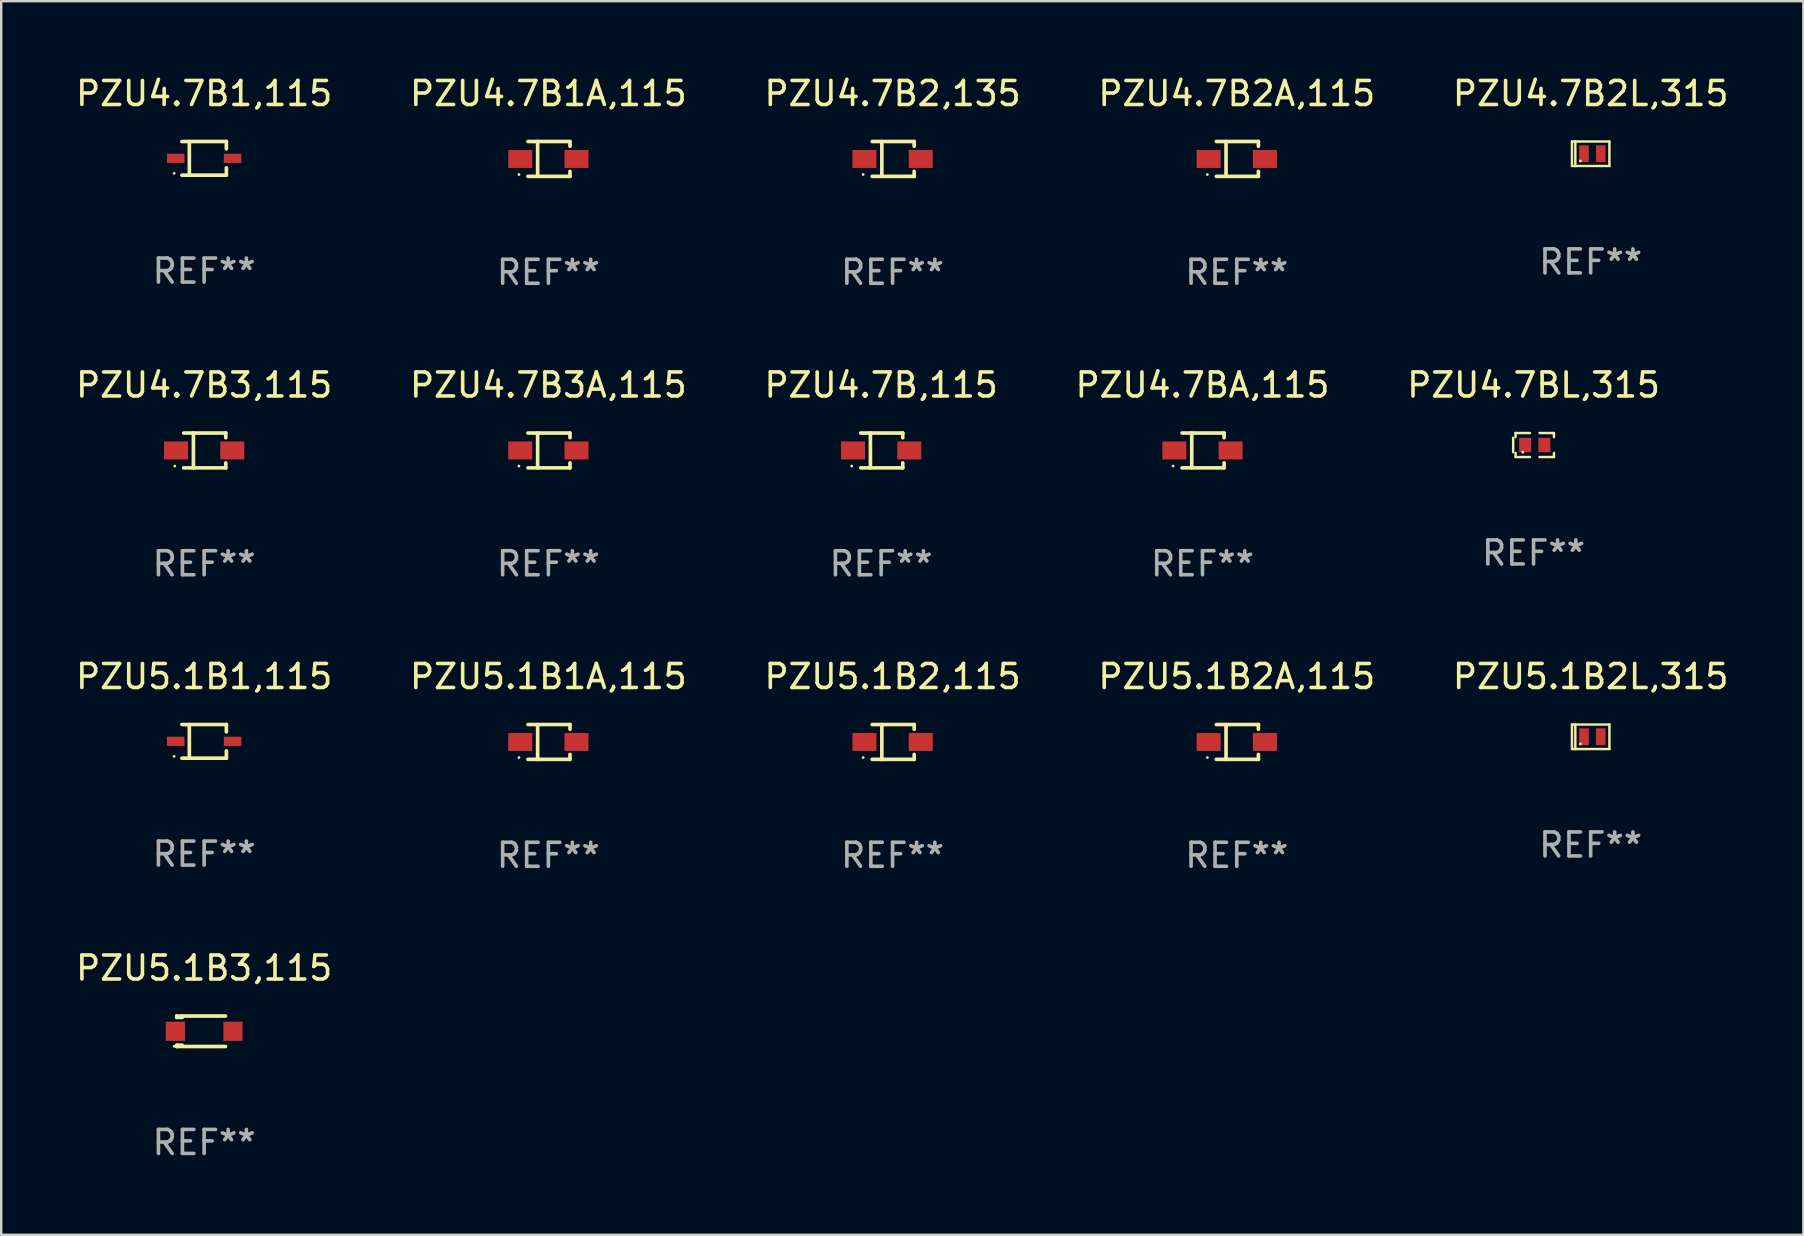
<source format=kicad_pcb>
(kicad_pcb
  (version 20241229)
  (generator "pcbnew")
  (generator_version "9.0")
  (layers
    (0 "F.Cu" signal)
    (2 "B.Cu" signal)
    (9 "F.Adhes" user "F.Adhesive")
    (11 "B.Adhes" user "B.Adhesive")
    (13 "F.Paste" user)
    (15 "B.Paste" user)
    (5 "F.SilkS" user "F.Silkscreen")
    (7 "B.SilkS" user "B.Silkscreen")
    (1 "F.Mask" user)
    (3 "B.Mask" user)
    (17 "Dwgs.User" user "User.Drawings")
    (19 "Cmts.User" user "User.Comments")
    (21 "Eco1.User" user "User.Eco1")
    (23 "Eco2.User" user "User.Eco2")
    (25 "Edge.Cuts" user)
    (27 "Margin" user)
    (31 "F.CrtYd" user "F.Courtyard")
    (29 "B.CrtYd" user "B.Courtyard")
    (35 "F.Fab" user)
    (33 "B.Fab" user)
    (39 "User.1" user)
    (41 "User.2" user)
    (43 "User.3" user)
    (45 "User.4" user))
  (footprint "PZU5.1B1,115"
    (layer "F.Cu")
    (at 5.458 27.847)
    (property "Reference" "PZU5.1B1,115" (at 0 -2.701 0) (layer "F.SilkS") (effects (font (size 1 1) (thickness 0.15))))
    (attr through_hole)
    (fp_line (start -0.926 -0.701) (end 0.926 -0.701) (stroke (width 0.152) (type solid)) (layer "F.SilkS"))
    (fp_line (start -0.926 0.701) (end 0.926 0.701) (stroke (width 0.152) (type solid)) (layer "F.SilkS"))
    (fp_line (start -0.617 -0.701) (end -0.617 0.701) (stroke (width 0.152) (type solid)) (layer "F.SilkS"))
    (fp_line (start 0.926 -0.701) (end 0.926 -0.396) (stroke (width 0.152) (type solid)) (layer "F.SilkS"))
    (fp_line (start 0.926 0.701) (end 0.926 0.396) (stroke (width 0.152) (type solid)) (layer "F.SilkS"))
    (fp_circle (center -1.25 0.625) (end -1.22 0.625) (stroke (width 0.06) (type solid)) (fill no) (layer "F.SilkS"))
    (fp_text user "REF**" (at 0 4.701 0) (layer "F.Fab") (effects (font (size 1 1) (thickness 0.15))))
    (pad "1" smd rect (at -1.185 0 180) (size 0.73 0.385) (layers "F.Cu" "F.Mask" "F.Paste"))
    (pad "2" smd rect (at 1.185 0 180) (size 0.73 0.385) (layers "F.Cu" "F.Mask" "F.Paste")))
  (footprint "PZU5.1B2L,315"
    (layer "F.Cu")
    (at 63.244 27.656)
    (property "Reference" "PZU5.1B2L,315" (at 0 -2.51 0) (layer "F.SilkS") (effects (font (size 1 1) (thickness 0.15))))
    (attr through_hole)
    (fp_line (start -0.78 -0.51) (end -0.78 0.51) (stroke (width 0.102) (type solid)) (layer "F.SilkS"))
    (fp_line (start -0.78 -0.51) (end 0.78 -0.51) (stroke (width 0.102) (type solid)) (layer "F.SilkS"))
    (fp_line (start -0.78 0.51) (end 0.78 0.51) (stroke (width 0.102) (type solid)) (layer "F.SilkS"))
    (fp_line (start -0.64 -0.51) (end -0.64 0.51) (stroke (width 0.102) (type solid)) (layer "F.SilkS"))
    (fp_line (start 0.78 -0.51) (end 0.78 0.51) (stroke (width 0.102) (type solid)) (layer "F.SilkS"))
    (fp_circle (center -0.43 0.3) (end -0.4 0.3) (stroke (width 0.06) (type solid)) (fill no) (layer "F.SilkS"))
    (fp_text user "REF**" (at 0 4.51 0) (layer "F.Fab") (effects (font (size 1 1) (thickness 0.15))))
    (pad "1" smd rect (at -0.28 0) (size 0.4 0.7) (layers "F.Cu" "F.Mask" "F.Paste"))
    (pad "2" smd rect (at 0.42 0) (size 0.4 0.7) (layers "F.Cu" "F.Mask" "F.Paste")))
  (footprint "PZU4.7B3A,115"
    (layer "F.Cu")
    (at 19.804 15.723)
    (property "Reference" "PZU4.7B3A,115" (at 0 -2.726 0) (layer "F.SilkS") (effects (font (size 1 1) (thickness 0.15))))
    (attr through_hole)
    (fp_line (start -0.851 -0.726) (end 0.901 -0.726) (stroke (width 0.152) (type solid)) (layer "F.SilkS"))
    (fp_line (start -0.851 0.726) (end 0.901 0.726) (stroke (width 0.152) (type solid)) (layer "F.SilkS"))
    (fp_line (start -0.447 -0.726) (end -0.447 0.726) (stroke (width 0.152) (type solid)) (layer "F.SilkS"))
    (fp_line (start 0.901 -0.726) (end 0.901 -0.53) (stroke (width 0.152) (type solid)) (layer "F.SilkS"))
    (fp_line (start 0.901 0.726) (end 0.901 0.52) (stroke (width 0.152) (type solid)) (layer "F.SilkS"))
    (fp_circle (center -1.225 0.65) (end -1.195 0.65) (stroke (width 0.06) (type solid)) (fill no) (layer "F.SilkS"))
    (fp_text user "REF**" (at 0 4.726 0) (layer "F.Fab") (effects (font (size 1 1) (thickness 0.15))))
    (pad "1" smd rect (at -1.173 0) (size 1 0.75) (layers "F.Cu" "F.Mask" "F.Paste"))
    (pad "2" smd rect (at 1.173 0) (size 1 0.75) (layers "F.Cu" "F.Mask" "F.Paste")))
  (footprint "PZU5.1B2,115"
    (layer "F.Cu")
    (at 34.149 27.872)
    (property "Reference" "PZU5.1B2,115" (at 0 -2.726 0) (layer "F.SilkS") (effects (font (size 1 1) (thickness 0.15))))
    (attr through_hole)
    (fp_line (start -0.851 -0.726) (end 0.901 -0.726) (stroke (width 0.152) (type solid)) (layer "F.SilkS"))
    (fp_line (start -0.851 0.726) (end 0.901 0.726) (stroke (width 0.152) (type solid)) (layer "F.SilkS"))
    (fp_line (start -0.447 -0.726) (end -0.447 0.726) (stroke (width 0.152) (type solid)) (layer "F.SilkS"))
    (fp_line (start 0.901 -0.726) (end 0.901 -0.53) (stroke (width 0.152) (type solid)) (layer "F.SilkS"))
    (fp_line (start 0.901 0.726) (end 0.901 0.52) (stroke (width 0.152) (type solid)) (layer "F.SilkS"))
    (fp_circle (center -1.225 0.65) (end -1.195 0.65) (stroke (width 0.06) (type solid)) (fill no) (layer "F.SilkS"))
    (fp_text user "REF**" (at 0 4.726 0) (layer "F.Fab") (effects (font (size 1 1) (thickness 0.15))))
    (pad "1" smd rect (at -1.173 0) (size 1 0.75) (layers "F.Cu" "F.Mask" "F.Paste"))
    (pad "2" smd rect (at 1.173 0) (size 1 0.75) (layers "F.Cu" "F.Mask" "F.Paste")))
  (footprint "PZU4.7B2,135"
    (layer "F.Cu")
    (at 34.149 3.574)
    (property "Reference" "PZU4.7B2,135" (at 0 -2.726 0) (layer "F.SilkS") (effects (font (size 1 1) (thickness 0.15))))
    (attr through_hole)
    (fp_line (start -0.851 -0.726) (end 0.901 -0.726) (stroke (width 0.152) (type solid)) (layer "F.SilkS"))
    (fp_line (start -0.851 0.726) (end 0.901 0.726) (stroke (width 0.152) (type solid)) (layer "F.SilkS"))
    (fp_line (start -0.447 -0.726) (end -0.447 0.726) (stroke (width 0.152) (type solid)) (layer "F.SilkS"))
    (fp_line (start 0.901 -0.726) (end 0.901 -0.53) (stroke (width 0.152) (type solid)) (layer "F.SilkS"))
    (fp_line (start 0.901 0.726) (end 0.901 0.52) (stroke (width 0.152) (type solid)) (layer "F.SilkS"))
    (fp_circle (center -1.225 0.65) (end -1.195 0.65) (stroke (width 0.06) (type solid)) (fill no) (layer "F.SilkS"))
    (fp_text user "REF**" (at 0 4.726 0) (layer "F.Fab") (effects (font (size 1 1) (thickness 0.15))))
    (pad "1" smd rect (at -1.173 0) (size 1 0.75) (layers "F.Cu" "F.Mask" "F.Paste"))
    (pad "2" smd rect (at 1.173 0) (size 1 0.75) (layers "F.Cu" "F.Mask" "F.Paste")))
  (footprint "PZU4.7B2A,115"
    (layer "F.Cu")
    (at 48.494 3.574)
    (property "Reference" "PZU4.7B2A,115" (at 0 -2.726 0) (layer "F.SilkS") (effects (font (size 1 1) (thickness 0.15))))
    (attr through_hole)
    (fp_line (start -0.851 -0.726) (end 0.901 -0.726) (stroke (width 0.152) (type solid)) (layer "F.SilkS"))
    (fp_line (start -0.851 0.726) (end 0.901 0.726) (stroke (width 0.152) (type solid)) (layer "F.SilkS"))
    (fp_line (start -0.447 -0.726) (end -0.447 0.726) (stroke (width 0.152) (type solid)) (layer "F.SilkS"))
    (fp_line (start 0.901 -0.726) (end 0.901 -0.53) (stroke (width 0.152) (type solid)) (layer "F.SilkS"))
    (fp_line (start 0.901 0.726) (end 0.901 0.52) (stroke (width 0.152) (type solid)) (layer "F.SilkS"))
    (fp_circle (center -1.225 0.65) (end -1.195 0.65) (stroke (width 0.06) (type solid)) (fill no) (layer "F.SilkS"))
    (fp_text user "REF**" (at 0 4.726 0) (layer "F.Fab") (effects (font (size 1 1) (thickness 0.15))))
    (pad "1" smd rect (at -1.173 0) (size 1 0.75) (layers "F.Cu" "F.Mask" "F.Paste"))
    (pad "2" smd rect (at 1.173 0) (size 1 0.75) (layers "F.Cu" "F.Mask" "F.Paste")))
  (footprint "PZU4.7BL,315"
    (layer "F.Cu")
    (at 60.863 15.497)
    (property "Reference" "PZU4.7BL,315" (at 0 -2.5 0) (layer "F.SilkS") (effects (font (size 1 1) (thickness 0.15))))
    (attr through_hole)
    (fp_line (start -0.85 -0.3) (end -0.85 0.3) (stroke (width 0.102) (type solid)) (layer "F.SilkS"))
    (fp_line (start -0.75 -0.5) (end -0.75 -0.329) (stroke (width 0.102) (type solid)) (layer "F.SilkS"))
    (fp_line (start -0.75 0.329) (end -0.75 0.5) (stroke (width 0.102) (type solid)) (layer "F.SilkS"))
    (fp_line (start -0.75 0.5) (end -0.15 0.5) (stroke (width 0.102) (type solid)) (layer "F.SilkS"))
    (fp_line (start -0.15 -0.5) (end -0.75 -0.5) (stroke (width 0.102) (type solid)) (layer "F.SilkS"))
    (fp_line (start 0.25 -0.5) (end 0.85 -0.5) (stroke (width 0.102) (type solid)) (layer "F.SilkS"))
    (fp_line (start 0.85 -0.5) (end 0.85 -0.33) (stroke (width 0.102) (type solid)) (layer "F.SilkS"))
    (fp_line (start 0.85 0.33) (end 0.85 0.5) (stroke (width 0.102) (type solid)) (layer "F.SilkS"))
    (fp_line (start 0.85 0.5) (end 0.25 0.5) (stroke (width 0.102) (type solid)) (layer "F.SilkS"))
    (fp_circle (center -0.45 0.3) (end -0.42 0.3) (stroke (width 0.06) (type solid)) (fill no) (layer "F.SilkS"))
    (fp_text user "REF**" (at 0 4.5 0) (layer "F.Fab") (effects (font (size 1 1) (thickness 0.15))))
    (pad "1" smd rect (at -0.35 0) (size 0.5 0.6) (layers "F.Cu" "F.Mask" "F.Paste"))
    (pad "2" smd rect (at 0.45 0) (size 0.5 0.6) (layers "F.Cu" "F.Mask" "F.Paste")))
  (footprint "PZU4.7B2L,315"
    (layer "F.Cu")
    (at 63.244 3.358)
    (property "Reference" "PZU4.7B2L,315" (at 0 -2.51 0) (layer "F.SilkS") (effects (font (size 1 1) (thickness 0.15))))
    (attr through_hole)
    (fp_line (start -0.78 -0.51) (end -0.78 0.51) (stroke (width 0.102) (type solid)) (layer "F.SilkS"))
    (fp_line (start -0.78 -0.51) (end 0.78 -0.51) (stroke (width 0.102) (type solid)) (layer "F.SilkS"))
    (fp_line (start -0.78 0.51) (end 0.78 0.51) (stroke (width 0.102) (type solid)) (layer "F.SilkS"))
    (fp_line (start -0.64 -0.51) (end -0.64 0.51) (stroke (width 0.102) (type solid)) (layer "F.SilkS"))
    (fp_line (start 0.78 -0.51) (end 0.78 0.51) (stroke (width 0.102) (type solid)) (layer "F.SilkS"))
    (fp_circle (center -0.43 0.3) (end -0.4 0.3) (stroke (width 0.06) (type solid)) (fill no) (layer "F.SilkS"))
    (fp_text user "REF**" (at 0 4.51 0) (layer "F.Fab") (effects (font (size 1 1) (thickness 0.15))))
    (pad "1" smd rect (at -0.28 0) (size 0.4 0.7) (layers "F.Cu" "F.Mask" "F.Paste"))
    (pad "2" smd rect (at 0.42 0) (size 0.4 0.7) (layers "F.Cu" "F.Mask" "F.Paste")))
  (footprint "PZU4.7B,115"
    (layer "F.Cu")
    (at 33.673 15.723)
    (property "Reference" "PZU4.7B,115" (at 0 -2.726 0) (layer "F.SilkS") (effects (font (size 1 1) (thickness 0.15))))
    (attr through_hole)
    (fp_line (start -0.851 -0.726) (end 0.901 -0.726) (stroke (width 0.152) (type solid)) (layer "F.SilkS"))
    (fp_line (start -0.851 0.726) (end 0.901 0.726) (stroke (width 0.152) (type solid)) (layer "F.SilkS"))
    (fp_line (start -0.447 -0.726) (end -0.447 0.726) (stroke (width 0.152) (type solid)) (layer "F.SilkS"))
    (fp_line (start 0.901 -0.726) (end 0.901 -0.53) (stroke (width 0.152) (type solid)) (layer "F.SilkS"))
    (fp_line (start 0.901 0.726) (end 0.901 0.52) (stroke (width 0.152) (type solid)) (layer "F.SilkS"))
    (fp_circle (center -1.225 0.65) (end -1.195 0.65) (stroke (width 0.06) (type solid)) (fill no) (layer "F.SilkS"))
    (fp_text user "REF**" (at 0 4.726 0) (layer "F.Fab") (effects (font (size 1 1) (thickness 0.15))))
    (pad "1" smd rect (at -1.173 0) (size 1 0.75) (layers "F.Cu" "F.Mask" "F.Paste"))
    (pad "2" smd rect (at 1.173 0) (size 1 0.75) (layers "F.Cu" "F.Mask" "F.Paste")))
  (footprint "PZU5.1B2A,115"
    (layer "F.Cu")
    (at 48.494 27.872)
    (property "Reference" "PZU5.1B2A,115" (at 0 -2.726 0) (layer "F.SilkS") (effects (font (size 1 1) (thickness 0.15))))
    (attr through_hole)
    (fp_line (start -0.851 -0.726) (end 0.901 -0.726) (stroke (width 0.152) (type solid)) (layer "F.SilkS"))
    (fp_line (start -0.851 0.726) (end 0.901 0.726) (stroke (width 0.152) (type solid)) (layer "F.SilkS"))
    (fp_line (start -0.447 -0.726) (end -0.447 0.726) (stroke (width 0.152) (type solid)) (layer "F.SilkS"))
    (fp_line (start 0.901 -0.726) (end 0.901 -0.53) (stroke (width 0.152) (type solid)) (layer "F.SilkS"))
    (fp_line (start 0.901 0.726) (end 0.901 0.52) (stroke (width 0.152) (type solid)) (layer "F.SilkS"))
    (fp_circle (center -1.225 0.65) (end -1.195 0.65) (stroke (width 0.06) (type solid)) (fill no) (layer "F.SilkS"))
    (fp_text user "REF**" (at 0 4.726 0) (layer "F.Fab") (effects (font (size 1 1) (thickness 0.15))))
    (pad "1" smd rect (at -1.173 0) (size 1 0.75) (layers "F.Cu" "F.Mask" "F.Paste"))
    (pad "2" smd rect (at 1.173 0) (size 1 0.75) (layers "F.Cu" "F.Mask" "F.Paste")))
  (footprint "PZU5.1B3,115"
    (layer "F.Cu")
    (at 5.458 39.93)
    (property "Reference" "PZU5.1B3,115" (at 0 -2.635 0) (layer "F.SilkS") (effects (font (size 1 1) (thickness 0.15))))
    (attr through_hole)
    (fp_line (start -1.143 -0.635) (end -1.143 -0.58) (stroke (width 0.152) (type solid)) (layer "F.SilkS"))
    (fp_line (start -1.143 -0.58) (end -0.922 -0.58) (stroke (width 0.152) (type solid)) (layer "F.SilkS"))
    (fp_line (start -1.143 0.58) (end -1.143 0.635) (stroke (width 0.152) (type solid)) (layer "F.SilkS"))
    (fp_line (start -1.143 0.58) (end -0.922 0.58) (stroke (width 0.152) (type solid)) (layer "F.SilkS"))
    (fp_line (start -1.143 0.635) (end 0.889 0.635) (stroke (width 0.152) (type solid)) (layer "F.SilkS"))
    (fp_line (start -0.922 -0.58) (end -0.922 -0.635) (stroke (width 0.152) (type solid)) (layer "F.SilkS"))
    (fp_line (start 0.889 -0.635) (end -1.143 -0.635) (stroke (width 0.152) (type solid)) (layer "F.SilkS"))
    (fp_circle (center -1.25 0.625) (end -1.22 0.625) (stroke (width 0.06) (type solid)) (fill no) (layer "F.SilkS"))
    (fp_text user "REF**" (at 0 4.635 0) (layer "F.Fab") (effects (font (size 1 1) (thickness 0.15))))
    (pad "1" smd rect (at -1.2 0) (size 0.8 0.8) (layers "F.Cu" "F.Mask" "F.Paste"))
    (pad "2" smd rect (at 1.2 0) (size 0.8 0.8) (layers "F.Cu" "F.Mask" "F.Paste")))
  (footprint "PZU4.7B1A,115"
    (layer "F.Cu")
    (at 19.804 3.574)
    (property "Reference" "PZU4.7B1A,115" (at 0 -2.726 0) (layer "F.SilkS") (effects (font (size 1 1) (thickness 0.15))))
    (attr through_hole)
    (fp_line (start -0.851 -0.726) (end 0.901 -0.726) (stroke (width 0.152) (type solid)) (layer "F.SilkS"))
    (fp_line (start -0.851 0.726) (end 0.901 0.726) (stroke (width 0.152) (type solid)) (layer "F.SilkS"))
    (fp_line (start -0.447 -0.726) (end -0.447 0.726) (stroke (width 0.152) (type solid)) (layer "F.SilkS"))
    (fp_line (start 0.901 -0.726) (end 0.901 -0.53) (stroke (width 0.152) (type solid)) (layer "F.SilkS"))
    (fp_line (start 0.901 0.726) (end 0.901 0.52) (stroke (width 0.152) (type solid)) (layer "F.SilkS"))
    (fp_circle (center -1.225 0.65) (end -1.195 0.65) (stroke (width 0.06) (type solid)) (fill no) (layer "F.SilkS"))
    (fp_text user "REF**" (at 0 4.726 0) (layer "F.Fab") (effects (font (size 1 1) (thickness 0.15))))
    (pad "1" smd rect (at -1.173 0) (size 1 0.75) (layers "F.Cu" "F.Mask" "F.Paste"))
    (pad "2" smd rect (at 1.173 0) (size 1 0.75) (layers "F.Cu" "F.Mask" "F.Paste")))
  (footprint "PZU4.7B1,115"
    (layer "F.Cu")
    (at 5.458 3.549)
    (property "Reference" "PZU4.7B1,115" (at 0 -2.701 0) (layer "F.SilkS") (effects (font (size 1 1) (thickness 0.15))))
    (attr through_hole)
    (fp_line (start -0.926 -0.701) (end 0.926 -0.701) (stroke (width 0.152) (type solid)) (layer "F.SilkS"))
    (fp_line (start -0.926 0.701) (end 0.926 0.701) (stroke (width 0.152) (type solid)) (layer "F.SilkS"))
    (fp_line (start -0.617 -0.701) (end -0.617 0.701) (stroke (width 0.152) (type solid)) (layer "F.SilkS"))
    (fp_line (start 0.926 -0.701) (end 0.926 -0.396) (stroke (width 0.152) (type solid)) (layer "F.SilkS"))
    (fp_line (start 0.926 0.701) (end 0.926 0.396) (stroke (width 0.152) (type solid)) (layer "F.SilkS"))
    (fp_circle (center -1.25 0.625) (end -1.22 0.625) (stroke (width 0.06) (type solid)) (fill no) (layer "F.SilkS"))
    (fp_text user "REF**" (at 0 4.701 0) (layer "F.Fab") (effects (font (size 1 1) (thickness 0.15))))
    (pad "1" smd rect (at -1.185 0 180) (size 0.73 0.385) (layers "F.Cu" "F.Mask" "F.Paste"))
    (pad "2" smd rect (at 1.185 0 180) (size 0.73 0.385) (layers "F.Cu" "F.Mask" "F.Paste")))
  (footprint "PZU4.7B3,115"
    (layer "F.Cu")
    (at 5.458 15.723)
    (property "Reference" "PZU4.7B3,115" (at 0 -2.726 0) (layer "F.SilkS") (effects (font (size 1 1) (thickness 0.15))))
    (attr through_hole)
    (fp_line (start -0.851 -0.726) (end 0.901 -0.726) (stroke (width 0.152) (type solid)) (layer "F.SilkS"))
    (fp_line (start -0.851 0.726) (end 0.901 0.726) (stroke (width 0.152) (type solid)) (layer "F.SilkS"))
    (fp_line (start -0.447 -0.726) (end -0.447 0.726) (stroke (width 0.152) (type solid)) (layer "F.SilkS"))
    (fp_line (start 0.901 -0.726) (end 0.901 -0.53) (stroke (width 0.152) (type solid)) (layer "F.SilkS"))
    (fp_line (start 0.901 0.726) (end 0.901 0.52) (stroke (width 0.152) (type solid)) (layer "F.SilkS"))
    (fp_circle (center -1.225 0.65) (end -1.195 0.65) (stroke (width 0.06) (type solid)) (fill no) (layer "F.SilkS"))
    (fp_text user "REF**" (at 0 4.726 0) (layer "F.Fab") (effects (font (size 1 1) (thickness 0.15))))
    (pad "1" smd rect (at -1.173 0) (size 1 0.75) (layers "F.Cu" "F.Mask" "F.Paste"))
    (pad "2" smd rect (at 1.173 0) (size 1 0.75) (layers "F.Cu" "F.Mask" "F.Paste")))
  (footprint "PZU4.7BA,115"
    (layer "F.Cu")
    (at 47.065 15.723)
    (property "Reference" "PZU4.7BA,115" (at 0 -2.726 0) (layer "F.SilkS") (effects (font (size 1 1) (thickness 0.15))))
    (attr through_hole)
    (fp_line (start -0.851 -0.726) (end 0.901 -0.726) (stroke (width 0.152) (type solid)) (layer "F.SilkS"))
    (fp_line (start -0.851 0.726) (end 0.901 0.726) (stroke (width 0.152) (type solid)) (layer "F.SilkS"))
    (fp_line (start -0.447 -0.726) (end -0.447 0.726) (stroke (width 0.152) (type solid)) (layer "F.SilkS"))
    (fp_line (start 0.901 -0.726) (end 0.901 -0.53) (stroke (width 0.152) (type solid)) (layer "F.SilkS"))
    (fp_line (start 0.901 0.726) (end 0.901 0.52) (stroke (width 0.152) (type solid)) (layer "F.SilkS"))
    (fp_circle (center -1.225 0.65) (end -1.195 0.65) (stroke (width 0.06) (type solid)) (fill no) (layer "F.SilkS"))
    (fp_text user "REF**" (at 0 4.726 0) (layer "F.Fab") (effects (font (size 1 1) (thickness 0.15))))
    (pad "1" smd rect (at -1.173 0) (size 1 0.75) (layers "F.Cu" "F.Mask" "F.Paste"))
    (pad "2" smd rect (at 1.173 0) (size 1 0.75) (layers "F.Cu" "F.Mask" "F.Paste")))
  (footprint "PZU5.1B1A,115"
    (layer "F.Cu")
    (at 19.804 27.872)
    (property "Reference" "PZU5.1B1A,115" (at 0 -2.726 0) (layer "F.SilkS") (effects (font (size 1 1) (thickness 0.15))))
    (attr through_hole)
    (fp_line (start -0.851 -0.726) (end 0.901 -0.726) (stroke (width 0.152) (type solid)) (layer "F.SilkS"))
    (fp_line (start -0.851 0.726) (end 0.901 0.726) (stroke (width 0.152) (type solid)) (layer "F.SilkS"))
    (fp_line (start -0.447 -0.726) (end -0.447 0.726) (stroke (width 0.152) (type solid)) (layer "F.SilkS"))
    (fp_line (start 0.901 -0.726) (end 0.901 -0.53) (stroke (width 0.152) (type solid)) (layer "F.SilkS"))
    (fp_line (start 0.901 0.726) (end 0.901 0.52) (stroke (width 0.152) (type solid)) (layer "F.SilkS"))
    (fp_circle (center -1.225 0.65) (end -1.195 0.65) (stroke (width 0.06) (type solid)) (fill no) (layer "F.SilkS"))
    (fp_text user "REF**" (at 0 4.726 0) (layer "F.Fab") (effects (font (size 1 1) (thickness 0.15))))
    (pad "1" smd rect (at -1.173 0) (size 1 0.75) (layers "F.Cu" "F.Mask" "F.Paste"))
    (pad "2" smd rect (at 1.173 0) (size 1 0.75) (layers "F.Cu" "F.Mask" "F.Paste")))
  (gr_rect
    (start -3 -3)
    (end 72.107 48.413)
    (stroke (width 0.1) (type default))
    (fill no)
    (layer "Edge.Cuts")))
</source>
